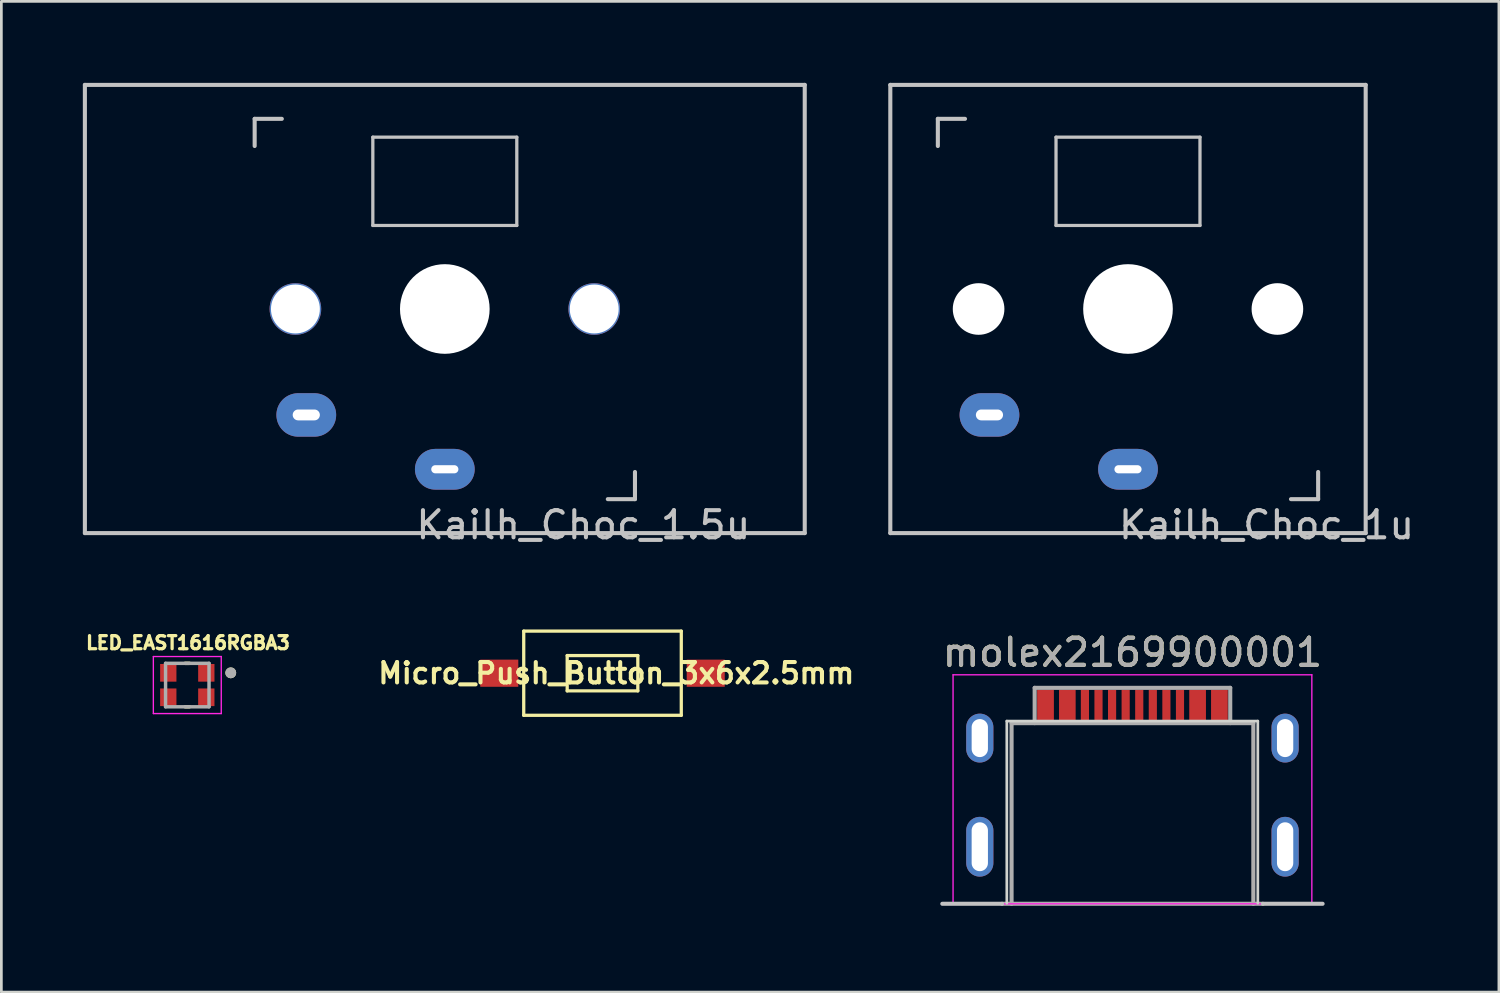
<source format=kicad_pcb>
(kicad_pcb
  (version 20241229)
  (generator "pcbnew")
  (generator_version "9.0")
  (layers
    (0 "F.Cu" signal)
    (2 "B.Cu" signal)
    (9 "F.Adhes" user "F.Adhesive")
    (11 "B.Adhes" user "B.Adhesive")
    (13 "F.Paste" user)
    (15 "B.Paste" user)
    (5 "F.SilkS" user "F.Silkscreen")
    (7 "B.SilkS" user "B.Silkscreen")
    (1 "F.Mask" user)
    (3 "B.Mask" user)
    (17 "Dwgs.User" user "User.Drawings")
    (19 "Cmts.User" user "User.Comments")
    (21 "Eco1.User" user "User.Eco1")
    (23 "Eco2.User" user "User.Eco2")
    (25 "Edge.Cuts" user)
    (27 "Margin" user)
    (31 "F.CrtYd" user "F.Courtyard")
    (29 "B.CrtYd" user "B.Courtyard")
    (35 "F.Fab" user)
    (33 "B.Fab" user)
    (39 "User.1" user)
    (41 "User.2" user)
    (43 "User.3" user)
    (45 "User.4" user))
  (footprint "Kailh_Choc_1.5u"
    (layer "F.Cu")
    (at 13.325 8.325)
    (property "Reference" "Kailh_Choc_1.5u" (at 5.1 7.95 180) (layer "Dwgs.User") (effects (font (size 1 1) (thickness 0.15))))
    (attr through_hole)
    (fp_line (start -13.25 -8.25) (end 13.25 -8.25) (stroke (width 0.15) (type solid)) (layer "Dwgs.User"))
    (fp_line (start -13.25 8.25) (end -13.25 -8.25) (stroke (width 0.15) (type solid)) (layer "Dwgs.User"))
    (fp_line (start -7 -7) (end -6 -7) (stroke (width 0.15) (type solid)) (layer "Dwgs.User"))
    (fp_line (start -7 -6) (end -7 -7) (stroke (width 0.15) (type solid)) (layer "Dwgs.User"))
    (fp_line (start -2.65 -6.325) (end 2.65 -6.325) (stroke (width 0.12) (type solid)) (layer "Dwgs.User"))
    (fp_line (start -2.65 -3.075) (end -2.65 -6.325) (stroke (width 0.12) (type solid)) (layer "Dwgs.User"))
    (fp_line (start 2.65 -6.325) (end 2.65 -3.075) (stroke (width 0.12) (type solid)) (layer "Dwgs.User"))
    (fp_line (start 2.65 -3.075) (end -2.65 -3.075) (stroke (width 0.12) (type solid)) (layer "Dwgs.User"))
    (fp_line (start 6 7) (end 7 7) (stroke (width 0.15) (type solid)) (layer "Dwgs.User"))
    (fp_line (start 7 7) (end 7 6) (stroke (width 0.15) (type solid)) (layer "Dwgs.User"))
    (fp_line (start 13.25 -8.25) (end 13.25 8.25) (stroke (width 0.15) (type solid)) (layer "Dwgs.User"))
    (fp_line (start 13.25 8.25) (end -13.25 8.25) (stroke (width 0.15) (type solid)) (layer "Dwgs.User"))
    (pad "" np_thru_hole circle (at -5.5 0 90) (size 1.9 1.9) (drill 1.8) (layers "*.Cu" "*.Mask"))
    (pad "" np_thru_hole circle (at 0 0 90) (size 3.3 3.3) (drill 3.3) (layers "*.Cu" "*.Mask"))
    (pad "" np_thru_hole circle (at 5.5 0 90) (size 1.9 1.9) (drill 1.8) (layers "*.Cu" "*.Mask"))
    (pad "1" thru_hole oval (at -5.1 3.9) (size 2.2 1.6) (drill oval 1 0.4) (layers "*.Cu" "B.Mask"))
    (pad "2" thru_hole oval (at 0 5.9) (size 2.2 1.5) (drill oval 1 0.3) (layers "*.Cu" "B.Mask")))
  (footprint "Micro_Push_Button_3x6x2.5mm"
    (layer "F.Cu")
    (at 19.13 21.733)
    (property "Reference" "Micro_Push_Button_3x6x2.5mm" (at 0.508 0 0) (layer "F.SilkS") (effects (font (size 0.75 0.75) (thickness 0.15))))
    (attr smd)
    (fp_line (start -2.9 -1.55) (end 2.9 -1.55) (stroke (width 0.12) (type solid)) (layer "F.SilkS"))
    (fp_line (start -2.9 1.55) (end -2.9 -1.55) (stroke (width 0.12) (type solid)) (layer "F.SilkS"))
    (fp_line (start -1.3 -0.65) (end 1.3 -0.65) (stroke (width 0.12) (type solid)) (layer "F.SilkS"))
    (fp_line (start -1.3 0.65) (end -1.3 -0.65) (stroke (width 0.12) (type solid)) (layer "F.SilkS"))
    (fp_line (start 1.3 -0.65) (end 1.3 0.65) (stroke (width 0.12) (type solid)) (layer "F.SilkS"))
    (fp_line (start 1.3 0.65) (end -1.3 0.65) (stroke (width 0.12) (type solid)) (layer "F.SilkS"))
    (fp_line (start 2.9 -1.55) (end 2.9 1.55) (stroke (width 0.12) (type solid)) (layer "F.SilkS"))
    (fp_line (start 2.9 1.55) (end -2.9 1.55) (stroke (width 0.12) (type solid)) (layer "F.SilkS"))
    (pad "1" smd rect (at -3.8 0) (size 1.4 1) (layers "F.Cu" "F.Mask" "F.Paste"))
    (pad "2" smd rect (at 3.8 0) (size 1.4 1) (layers "F.Cu" "F.Mask" "F.Paste")))
  (footprint "LED_EAST1616RGBA3"
    (layer "F.Cu")
    (at 3.845 22.169)
    (property "Reference" "LED_EAST1616RGBA3" (at 0.024 -1.555 0) (layer "F.SilkS") (effects (font (size 0.48 0.48) (thickness 0.15))))
    (attr through_hole)
    (fp_line (start -0.08 -0.8) (end 0.08 -0.8) (stroke (width 0.127) (type solid)) (layer "F.SilkS"))
    (fp_line (start 0.08 0.8) (end -0.08 0.8) (stroke (width 0.127) (type solid)) (layer "F.SilkS"))
    (fp_circle (center 1.6 -0.45) (end 1.7 -0.45) (stroke (width 0.2) (type solid)) (fill no) (layer "F.SilkS"))
    (fp_line (start -1.25 -1.05) (end 1.25 -1.05) (stroke (width 0.05) (type solid)) (layer "F.CrtYd"))
    (fp_line (start -1.25 1.05) (end -1.25 -1.05) (stroke (width 0.05) (type solid)) (layer "F.CrtYd"))
    (fp_line (start 1.25 -1.05) (end 1.25 1.05) (stroke (width 0.05) (type solid)) (layer "F.CrtYd"))
    (fp_line (start 1.25 1.05) (end -1.25 1.05) (stroke (width 0.05) (type solid)) (layer "F.CrtYd"))
    (fp_line (start -0.8 -0.8) (end 0.8 -0.8) (stroke (width 0.127) (type solid)) (layer "F.Fab"))
    (fp_line (start -0.8 0.8) (end -0.8 -0.8) (stroke (width 0.127) (type solid)) (layer "F.Fab"))
    (fp_line (start 0.8 -0.8) (end 0.8 0.8) (stroke (width 0.127) (type solid)) (layer "F.Fab"))
    (fp_line (start 0.8 0.8) (end -0.8 0.8) (stroke (width 0.127) (type solid)) (layer "F.Fab"))
    (fp_circle (center 1.6 -0.45) (end 1.7 -0.45) (stroke (width 0.2) (type solid)) (fill no) (layer "F.Fab"))
    (pad "1" smd rect (at 0.7 -0.45) (size 0.6 0.65) (layers "F.Cu" "F.Mask" "F.Paste"))
    (pad "2" smd rect (at -0.7 -0.45) (size 0.6 0.65) (layers "F.Cu" "F.Mask" "F.Paste"))
    (pad "3" smd rect (at 0.7 0.45) (size 0.6 0.65) (layers "F.Cu" "F.Mask" "F.Paste"))
    (pad "4" smd rect (at -0.7 0.45) (size 0.6 0.65) (layers "F.Cu" "F.Mask" "F.Paste")))
  (footprint "molex2169900001"
    (layer "F.Cu")
    (at 38.639 30.221)
    (property "Reference" "molex2169900001" (at 0 -9.25 0) (layer "F.SilkS") (effects (font (size 1 1) (thickness 0.15))))
    (attr smd)
    (fp_line (start -4.8 0) (end -7 0) (stroke (width 0.15) (type solid)) (layer "Dwgs.User"))
    (fp_line (start 7 0) (end 4.8 0) (stroke (width 0.15) (type solid)) (layer "Dwgs.User"))
    (fp_line (start -4.625 -6.725) (end 4.615 -6.725) (stroke (width 0.1) (type solid)) (layer "Edge.Cuts"))
    (fp_line (start -4.625 -0.025) (end -4.625 -6.725) (stroke (width 0.1) (type solid)) (layer "Edge.Cuts"))
    (fp_line (start 4.615 -0.025) (end 4.615 -6.725) (stroke (width 0.1) (type solid)) (layer "Edge.Cuts"))
    (fp_line (start -6.604 -8.43) (end -6.604 0) (stroke (width 0.05) (type solid)) (layer "F.CrtYd"))
    (fp_line (start -6.604 0) (end 6.604 0) (stroke (width 0.05) (type solid)) (layer "F.CrtYd"))
    (fp_line (start 6.604 -8.43) (end -6.604 -8.43) (stroke (width 0.05) (type solid)) (layer "F.CrtYd"))
    (fp_line (start 6.604 0) (end 6.604 -8.43) (stroke (width 0.05) (type solid)) (layer "F.CrtYd"))
    (fp_line (start -4.45 -6.65) (end -4.45 0) (stroke (width 0.15) (type solid)) (layer "F.Fab"))
    (fp_line (start -3.6 -7.95) (end 3.6 -7.95) (stroke (width 0.15) (type solid)) (layer "F.Fab"))
    (fp_line (start -3.6 -6.65) (end -3.6 -7.95) (stroke (width 0.15) (type solid)) (layer "F.Fab"))
    (fp_line (start 3.6 -7.95) (end 3.6 -6.65) (stroke (width 0.15) (type solid)) (layer "F.Fab"))
    (fp_line (start 4.45 -6.65) (end -4.45 -6.65) (stroke (width 0.15) (type solid)) (layer "F.Fab"))
    (fp_line (start 4.45 -6.65) (end 4.45 0) (stroke (width 0.15) (type solid)) (layer "F.Fab"))
    (fp_line (start 4.8 0) (end -4.8 0) (stroke (width 0.15) (type solid)) (layer "F.Fab"))
    (fp_text user "${REFERENCE}" (at 0 -9.25 0) (layer "F.Fab") (effects (font (size 1 1) (thickness 0.15))))
    (pad "A1" smd rect (at -3.2 -7.3) (size 0.6 1.15) (layers "F.Cu" "F.Mask" "F.Paste"))
    (pad "A4" smd rect (at -2.4 -7.3) (size 0.6 1.15) (layers "F.Cu" "F.Mask" "F.Paste"))
    (pad "A5" smd rect (at -1.25 -7.3) (size 0.3 1.15) (layers "F.Cu" "F.Mask" "F.Paste"))
    (pad "A6" smd rect (at -0.25 -7.3) (size 0.3 1.15) (layers "F.Cu" "F.Mask" "F.Paste"))
    (pad "A7" smd rect (at 0.25 -7.3) (size 0.3 1.15) (layers "F.Cu" "F.Mask" "F.Paste"))
    (pad "A8" smd rect (at 1.25 -7.3) (size 0.3 1.15) (layers "F.Cu" "F.Mask" "F.Paste"))
    (pad "A9" smd rect (at 2.4 -7.3) (size 0.6 1.15) (layers "F.Cu" "F.Mask" "F.Paste"))
    (pad "A12" smd rect (at 3.2 -7.3) (size 0.6 1.15) (layers "F.Cu" "F.Mask" "F.Paste"))
    (pad "B1" smd rect (at 3.2 -7.3) (size 0.6 1.15) (layers "F.Cu" "F.Mask" "F.Paste"))
    (pad "B4" smd rect (at 2.4 -7.3) (size 0.6 1.15) (layers "F.Cu" "F.Mask" "F.Paste"))
    (pad "B5" smd rect (at 1.75 -7.3) (size 0.3 1.15) (layers "F.Cu" "F.Mask" "F.Paste"))
    (pad "B6" smd rect (at 0.75 -7.3) (size 0.3 1.15) (layers "F.Cu" "F.Mask" "F.Paste"))
    (pad "B7" smd rect (at -0.75 -7.3) (size 0.3 1.15) (layers "F.Cu" "F.Mask" "F.Paste"))
    (pad "B8" smd rect (at -1.75 -7.3) (size 0.3 1.15) (layers "F.Cu" "F.Mask" "F.Paste"))
    (pad "B9" smd rect (at -2.4 -7.3) (size 0.6 1.15) (layers "F.Cu" "F.Mask" "F.Paste"))
    (pad "B12" smd rect (at -3.2 -7.3) (size 0.6 1.15) (layers "F.Cu" "F.Mask" "F.Paste"))
    (pad "S1" thru_hole oval (at -5.62 -6.1) (size 1 1.8) (drill oval 0.6 1.4) (layers "*.Cu" "*.Mask" "F.Paste"))
    (pad "S2" thru_hole oval (at 5.62 -6.1) (size 1 1.8) (drill oval 0.6 1.4) (layers "*.Cu" "*.Mask" "F.Paste"))
    (pad "S3" thru_hole oval (at 5.62 -2.1) (size 1 2.2) (drill oval 0.6 1.8) (layers "*.Cu" "*.Mask" "F.Paste"))
    (pad "S4" thru_hole oval (at -5.62 -2.1) (size 1 2.2) (drill oval 0.6 1.8) (layers "*.Cu" "*.Mask" "F.Paste")))
  (footprint "Kailh_Choc_1u"
    (layer "F.Cu")
    (at 38.475 8.325)
    (property "Reference" "Kailh_Choc_1u" (at 5.1 7.95 180) (layer "Dwgs.User") (effects (font (size 1 1) (thickness 0.15))))
    (attr through_hole)
    (fp_line (start -8.75 -8.25) (end 8.75 -8.25) (stroke (width 0.15) (type solid)) (layer "Dwgs.User"))
    (fp_line (start -8.75 8.25) (end -8.75 -8.25) (stroke (width 0.15) (type solid)) (layer "Dwgs.User"))
    (fp_line (start -7 -7) (end -6 -7) (stroke (width 0.15) (type solid)) (layer "Dwgs.User"))
    (fp_line (start -7 -6) (end -7 -7) (stroke (width 0.15) (type solid)) (layer "Dwgs.User"))
    (fp_line (start -2.65 -6.325) (end 2.65 -6.325) (stroke (width 0.12) (type solid)) (layer "Dwgs.User"))
    (fp_line (start -2.65 -3.075) (end -2.65 -6.325) (stroke (width 0.12) (type solid)) (layer "Dwgs.User"))
    (fp_line (start 2.65 -6.325) (end 2.65 -3.075) (stroke (width 0.12) (type solid)) (layer "Dwgs.User"))
    (fp_line (start 2.65 -3.075) (end -2.65 -3.075) (stroke (width 0.12) (type solid)) (layer "Dwgs.User"))
    (fp_line (start 6 7) (end 7 7) (stroke (width 0.15) (type solid)) (layer "Dwgs.User"))
    (fp_line (start 7 7) (end 7 6) (stroke (width 0.15) (type solid)) (layer "Dwgs.User"))
    (fp_line (start 8.75 -8.25) (end 8.75 8.25) (stroke (width 0.15) (type solid)) (layer "Dwgs.User"))
    (fp_line (start 8.75 8.25) (end -8.75 8.25) (stroke (width 0.15) (type solid)) (layer "Dwgs.User"))
    (pad "" np_thru_hole circle (at -5.5 0 90) (size 1.9 1.9) (drill 1.9) (layers "*.Cu" "*.Mask"))
    (pad "" np_thru_hole circle (at 0 0 90) (size 3.3 3.3) (drill 3.3) (layers "*.Cu" "*.Mask"))
    (pad "" np_thru_hole circle (at 5.5 0 90) (size 1.9 1.9) (drill 1.9) (layers "*.Cu" "*.Mask"))
    (pad "1" thru_hole oval (at -5.1 3.9) (size 2.2 1.6) (drill oval 1 0.4) (layers "*.Cu" "B.Mask"))
    (pad "2" thru_hole oval (at 0 5.9) (size 2.2 1.5) (drill oval 1 0.3) (layers "*.Cu" "B.Mask")))
  (gr_rect
    (start -3 -3)
    (end 52.129 33.471)
    (stroke (width 0.1) (type default))
    (fill no)
    (layer "Edge.Cuts")))
</source>
